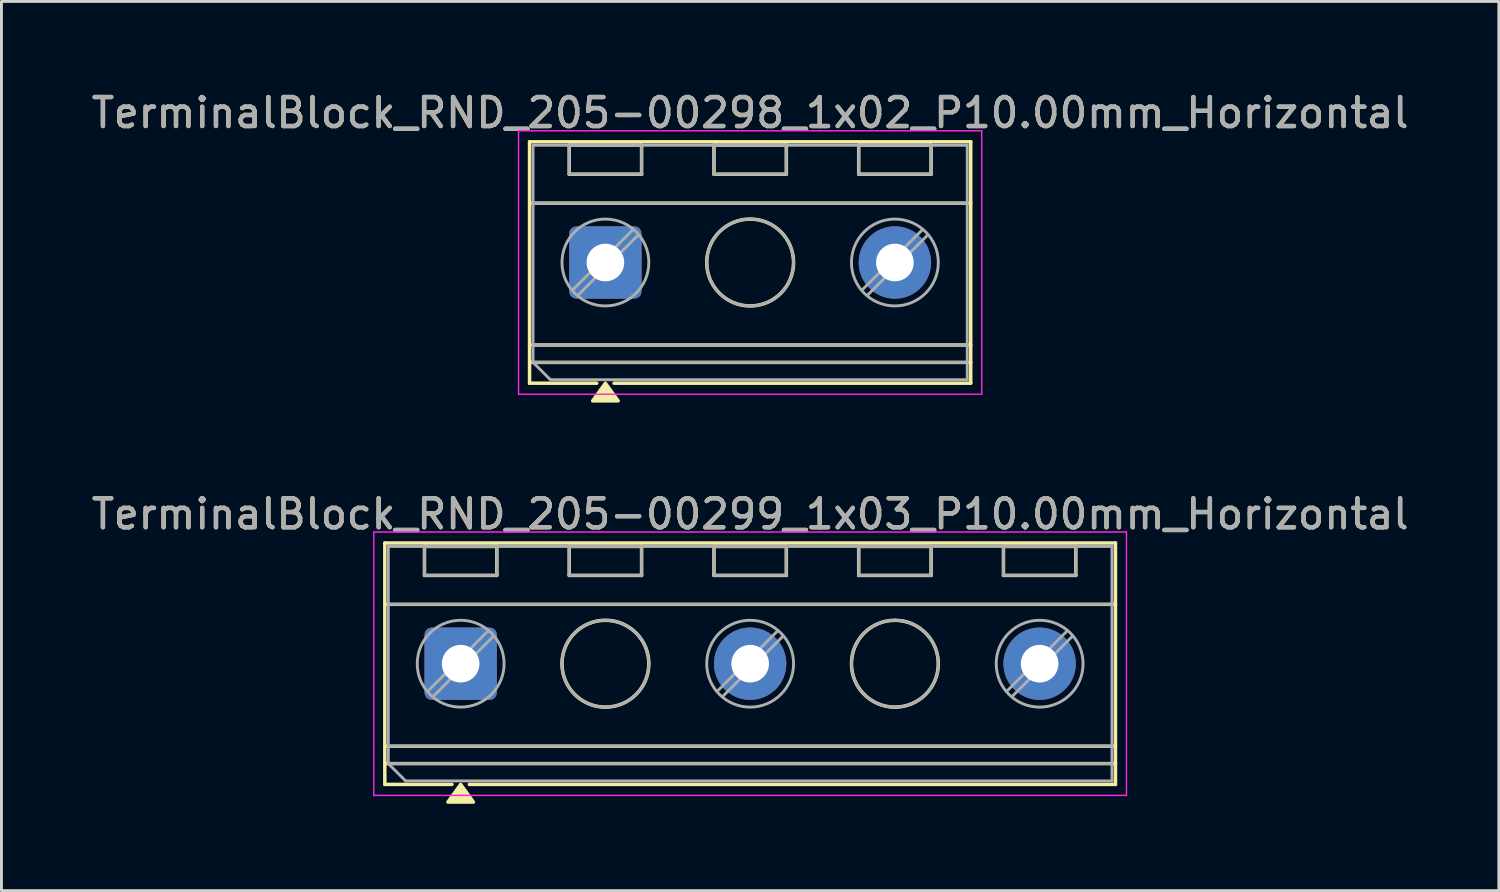
<source format=kicad_pcb>
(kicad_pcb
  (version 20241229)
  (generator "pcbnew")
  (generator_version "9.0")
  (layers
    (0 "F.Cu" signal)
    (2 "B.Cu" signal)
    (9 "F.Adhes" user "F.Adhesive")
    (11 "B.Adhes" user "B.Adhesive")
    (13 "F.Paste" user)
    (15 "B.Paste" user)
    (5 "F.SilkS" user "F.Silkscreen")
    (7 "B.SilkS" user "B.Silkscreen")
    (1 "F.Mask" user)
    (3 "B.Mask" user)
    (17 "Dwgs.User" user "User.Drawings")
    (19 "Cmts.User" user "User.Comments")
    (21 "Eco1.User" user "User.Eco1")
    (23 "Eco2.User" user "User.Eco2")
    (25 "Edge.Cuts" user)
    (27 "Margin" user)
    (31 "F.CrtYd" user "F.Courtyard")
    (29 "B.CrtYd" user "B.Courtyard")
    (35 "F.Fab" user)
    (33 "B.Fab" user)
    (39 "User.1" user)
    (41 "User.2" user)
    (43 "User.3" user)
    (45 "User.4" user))
  (footprint "TerminalBlock_RND_205-00299_1x03_P10.00mm_Horizontal"
    (layer "F.Cu")
    (at 12.863 19.877)
    (property "Reference" "TerminalBlock_RND_205-00299_1x03_P10.00mm_Horizontal" (at 10 -5.17 0) (layer "F.SilkS") (effects (font (size 1 1) (thickness 0.15))))
    (attr through_hole)
    (fp_line (start -2.62 -4.17) (end -2.62 4.17) (stroke (width 0.12) (type solid)) (layer "F.SilkS"))
    (fp_line (start -2.62 -4.17) (end 22.62 -4.17) (stroke (width 0.12) (type solid)) (layer "F.SilkS"))
    (fp_line (start -2.62 -2.05) (end 22.62 -2.05) (stroke (width 0.12) (type solid)) (layer "F.SilkS"))
    (fp_line (start -2.62 2.85) (end 22.62 2.85) (stroke (width 0.12) (type solid)) (layer "F.SilkS"))
    (fp_line (start -2.62 3.45) (end 22.62 3.45) (stroke (width 0.12) (type solid)) (layer "F.SilkS"))
    (fp_line (start -2.62 4.17) (end -0.3 4.17) (stroke (width 0.12) (type solid)) (layer "F.SilkS"))
    (fp_line (start -1.25 -4.05) (end -1.25 -3.05) (stroke (width 0.12) (type solid)) (layer "F.SilkS"))
    (fp_line (start -1.25 -4.05) (end 1.25 -4.05) (stroke (width 0.12) (type solid)) (layer "F.SilkS"))
    (fp_line (start -1.25 -3.05) (end 1.25 -3.05) (stroke (width 0.12) (type solid)) (layer "F.SilkS"))
    (fp_line (start 0.3 4.17) (end 22.62 4.17) (stroke (width 0.12) (type solid)) (layer "F.SilkS"))
    (fp_line (start 1.25 -4.05) (end 1.25 -3.05) (stroke (width 0.12) (type solid)) (layer "F.SilkS"))
    (fp_line (start 3.75 -4.05) (end 3.75 -3.05) (stroke (width 0.12) (type solid)) (layer "F.SilkS"))
    (fp_line (start 3.75 -4.05) (end 6.25 -4.05) (stroke (width 0.12) (type solid)) (layer "F.SilkS"))
    (fp_line (start 3.75 -3.05) (end 6.25 -3.05) (stroke (width 0.12) (type solid)) (layer "F.SilkS"))
    (fp_line (start 6.25 -4.05) (end 6.25 -3.05) (stroke (width 0.12) (type solid)) (layer "F.SilkS"))
    (fp_line (start 8.75 -4.05) (end 8.75 -3.05) (stroke (width 0.12) (type solid)) (layer "F.SilkS"))
    (fp_line (start 8.75 -4.05) (end 11.25 -4.05) (stroke (width 0.12) (type solid)) (layer "F.SilkS"))
    (fp_line (start 8.75 -3.05) (end 11.25 -3.05) (stroke (width 0.12) (type solid)) (layer "F.SilkS"))
    (fp_line (start 11.25 -4.05) (end 11.25 -3.05) (stroke (width 0.12) (type solid)) (layer "F.SilkS"))
    (fp_line (start 13.75 -4.05) (end 13.75 -3.05) (stroke (width 0.12) (type solid)) (layer "F.SilkS"))
    (fp_line (start 13.75 -4.05) (end 16.25 -4.05) (stroke (width 0.12) (type solid)) (layer "F.SilkS"))
    (fp_line (start 13.75 -3.05) (end 16.25 -3.05) (stroke (width 0.12) (type solid)) (layer "F.SilkS"))
    (fp_line (start 16.25 -4.05) (end 16.25 -3.05) (stroke (width 0.12) (type solid)) (layer "F.SilkS"))
    (fp_line (start 18.75 -4.05) (end 18.75 -3.05) (stroke (width 0.12) (type solid)) (layer "F.SilkS"))
    (fp_line (start 18.75 -4.05) (end 21.25 -4.05) (stroke (width 0.12) (type solid)) (layer "F.SilkS"))
    (fp_line (start 18.75 -3.05) (end 21.25 -3.05) (stroke (width 0.12) (type solid)) (layer "F.SilkS"))
    (fp_line (start 21.25 -4.05) (end 21.25 -3.05) (stroke (width 0.12) (type solid)) (layer "F.SilkS"))
    (fp_line (start 22.62 -4.17) (end 22.62 4.17) (stroke (width 0.12) (type solid)) (layer "F.SilkS"))
    (fp_circle (center 5 0) (end 6.5 0) (stroke (width 0.12) (type solid)) (fill no) (layer "F.SilkS"))
    (fp_circle (center 15 0) (end 16.5 0) (stroke (width 0.12) (type solid)) (fill no) (layer "F.SilkS"))
    (fp_poly (pts (xy 0 4.17) (xy 0.44 4.78) (xy -0.44 4.78)) (stroke (width 0.12) (type solid)) (fill yes) (layer "F.SilkS"))
    (fp_line (start -3 -4.55) (end -3 4.55) (stroke (width 0.05) (type solid)) (layer "F.CrtYd"))
    (fp_line (start -3 4.55) (end 23 4.55) (stroke (width 0.05) (type solid)) (layer "F.CrtYd"))
    (fp_line (start 23 -4.55) (end -3 -4.55) (stroke (width 0.05) (type solid)) (layer "F.CrtYd"))
    (fp_line (start 23 4.55) (end 23 -4.55) (stroke (width 0.05) (type solid)) (layer "F.CrtYd"))
    (fp_line (start -2.5 -4.05) (end 22.5 -4.05) (stroke (width 0.1) (type solid)) (layer "F.Fab"))
    (fp_line (start -2.5 -2.05) (end 22.5 -2.05) (stroke (width 0.1) (type solid)) (layer "F.Fab"))
    (fp_line (start -2.5 2.85) (end 22.5 2.85) (stroke (width 0.1) (type solid)) (layer "F.Fab"))
    (fp_line (start -2.5 3.45) (end -2.5 -4.05) (stroke (width 0.1) (type solid)) (layer "F.Fab"))
    (fp_line (start -2.5 3.45) (end 22.5 3.45) (stroke (width 0.1) (type solid)) (layer "F.Fab"))
    (fp_line (start -1.9 4.05) (end -2.5 3.45) (stroke (width 0.1) (type solid)) (layer "F.Fab"))
    (fp_line (start -1.25 -4.05) (end -1.25 -3.05) (stroke (width 0.1) (type solid)) (layer "F.Fab"))
    (fp_line (start -1.25 -3.05) (end 1.25 -3.05) (stroke (width 0.1) (type solid)) (layer "F.Fab"))
    (fp_line (start 0.955 -1.138) (end -1.138 0.954) (stroke (width 0.1) (type solid)) (layer "F.Fab"))
    (fp_line (start 1.138 -0.954) (end -0.955 1.137) (stroke (width 0.1) (type solid)) (layer "F.Fab"))
    (fp_line (start 1.25 -4.05) (end -1.25 -4.05) (stroke (width 0.1) (type solid)) (layer "F.Fab"))
    (fp_line (start 1.25 -3.05) (end 1.25 -4.05) (stroke (width 0.1) (type solid)) (layer "F.Fab"))
    (fp_line (start 3.75 -4.05) (end 3.75 -3.05) (stroke (width 0.1) (type solid)) (layer "F.Fab"))
    (fp_line (start 3.75 -3.05) (end 6.25 -3.05) (stroke (width 0.1) (type solid)) (layer "F.Fab"))
    (fp_line (start 6.25 -4.05) (end 3.75 -4.05) (stroke (width 0.1) (type solid)) (layer "F.Fab"))
    (fp_line (start 6.25 -3.05) (end 6.25 -4.05) (stroke (width 0.1) (type solid)) (layer "F.Fab"))
    (fp_line (start 8.75 -4.05) (end 8.75 -3.05) (stroke (width 0.1) (type solid)) (layer "F.Fab"))
    (fp_line (start 8.75 -3.05) (end 11.25 -3.05) (stroke (width 0.1) (type solid)) (layer "F.Fab"))
    (fp_line (start 10.955 -1.138) (end 8.862 0.954) (stroke (width 0.1) (type solid)) (layer "F.Fab"))
    (fp_line (start 11.138 -0.954) (end 9.045 1.137) (stroke (width 0.1) (type solid)) (layer "F.Fab"))
    (fp_line (start 11.25 -4.05) (end 8.75 -4.05) (stroke (width 0.1) (type solid)) (layer "F.Fab"))
    (fp_line (start 11.25 -3.05) (end 11.25 -4.05) (stroke (width 0.1) (type solid)) (layer "F.Fab"))
    (fp_line (start 13.75 -4.05) (end 13.75 -3.05) (stroke (width 0.1) (type solid)) (layer "F.Fab"))
    (fp_line (start 13.75 -3.05) (end 16.25 -3.05) (stroke (width 0.1) (type solid)) (layer "F.Fab"))
    (fp_line (start 16.25 -4.05) (end 13.75 -4.05) (stroke (width 0.1) (type solid)) (layer "F.Fab"))
    (fp_line (start 16.25 -3.05) (end 16.25 -4.05) (stroke (width 0.1) (type solid)) (layer "F.Fab"))
    (fp_line (start 18.75 -4.05) (end 18.75 -3.05) (stroke (width 0.1) (type solid)) (layer "F.Fab"))
    (fp_line (start 18.75 -3.05) (end 21.25 -3.05) (stroke (width 0.1) (type solid)) (layer "F.Fab"))
    (fp_line (start 20.955 -1.138) (end 18.862 0.954) (stroke (width 0.1) (type solid)) (layer "F.Fab"))
    (fp_line (start 21.138 -0.954) (end 19.045 1.137) (stroke (width 0.1) (type solid)) (layer "F.Fab"))
    (fp_line (start 21.25 -4.05) (end 18.75 -4.05) (stroke (width 0.1) (type solid)) (layer "F.Fab"))
    (fp_line (start 21.25 -3.05) (end 21.25 -4.05) (stroke (width 0.1) (type solid)) (layer "F.Fab"))
    (fp_line (start 22.5 -4.05) (end 22.5 4.05) (stroke (width 0.1) (type solid)) (layer "F.Fab"))
    (fp_line (start 22.5 4.05) (end -1.9 4.05) (stroke (width 0.1) (type solid)) (layer "F.Fab"))
    (fp_circle (center 0 0) (end 1.5 0) (stroke (width 0.1) (type solid)) (fill no) (layer "F.Fab"))
    (fp_circle (center 5 0) (end 6.5 0) (stroke (width 0.1) (type solid)) (fill no) (layer "F.Fab"))
    (fp_circle (center 10 0) (end 11.5 0) (stroke (width 0.1) (type solid)) (fill no) (layer "F.Fab"))
    (fp_circle (center 15 0) (end 16.5 0) (stroke (width 0.1) (type solid)) (fill no) (layer "F.Fab"))
    (fp_circle (center 20 0) (end 21.5 0) (stroke (width 0.1) (type solid)) (fill no) (layer "F.Fab"))
    (fp_text user "${REFERENCE}" (at 10 -5.17 0) (layer "F.Fab") (effects (font (size 1 1) (thickness 0.15))))
    (pad "1" thru_hole roundrect (at 0 0) (size 2.5 2.5) (drill 1.3) (layers "*.Cu" "*.Mask") (roundrect_rratio 0.1))
    (pad "2" thru_hole circle (at 10 0) (size 2.5 2.5) (drill 1.3) (layers "*.Cu" "*.Mask"))
    (pad "3" thru_hole circle (at 20 0) (size 2.5 2.5) (drill 1.3) (layers "*.Cu" "*.Mask")))
  (footprint "TerminalBlock_RND_205-00298_1x02_P10.00mm_Horizontal"
    (layer "F.Cu")
    (at 17.863 6.018)
    (property "Reference" "TerminalBlock_RND_205-00298_1x02_P10.00mm_Horizontal" (at 5 -5.17 0) (layer "F.SilkS") (effects (font (size 1 1) (thickness 0.15))))
    (attr through_hole)
    (fp_line (start -2.62 -4.17) (end -2.62 4.17) (stroke (width 0.12) (type solid)) (layer "F.SilkS"))
    (fp_line (start -2.62 -4.17) (end 12.62 -4.17) (stroke (width 0.12) (type solid)) (layer "F.SilkS"))
    (fp_line (start -2.62 -2.05) (end 12.62 -2.05) (stroke (width 0.12) (type solid)) (layer "F.SilkS"))
    (fp_line (start -2.62 2.85) (end 12.62 2.85) (stroke (width 0.12) (type solid)) (layer "F.SilkS"))
    (fp_line (start -2.62 3.45) (end 12.62 3.45) (stroke (width 0.12) (type solid)) (layer "F.SilkS"))
    (fp_line (start -2.62 4.17) (end -0.3 4.17) (stroke (width 0.12) (type solid)) (layer "F.SilkS"))
    (fp_line (start -1.25 -4.05) (end -1.25 -3.05) (stroke (width 0.12) (type solid)) (layer "F.SilkS"))
    (fp_line (start -1.25 -4.05) (end 1.25 -4.05) (stroke (width 0.12) (type solid)) (layer "F.SilkS"))
    (fp_line (start -1.25 -3.05) (end 1.25 -3.05) (stroke (width 0.12) (type solid)) (layer "F.SilkS"))
    (fp_line (start 0.3 4.17) (end 12.62 4.17) (stroke (width 0.12) (type solid)) (layer "F.SilkS"))
    (fp_line (start 1.25 -4.05) (end 1.25 -3.05) (stroke (width 0.12) (type solid)) (layer "F.SilkS"))
    (fp_line (start 3.75 -4.05) (end 3.75 -3.05) (stroke (width 0.12) (type solid)) (layer "F.SilkS"))
    (fp_line (start 3.75 -4.05) (end 6.25 -4.05) (stroke (width 0.12) (type solid)) (layer "F.SilkS"))
    (fp_line (start 3.75 -3.05) (end 6.25 -3.05) (stroke (width 0.12) (type solid)) (layer "F.SilkS"))
    (fp_line (start 6.25 -4.05) (end 6.25 -3.05) (stroke (width 0.12) (type solid)) (layer "F.SilkS"))
    (fp_line (start 8.75 -4.05) (end 8.75 -3.05) (stroke (width 0.12) (type solid)) (layer "F.SilkS"))
    (fp_line (start 8.75 -4.05) (end 11.25 -4.05) (stroke (width 0.12) (type solid)) (layer "F.SilkS"))
    (fp_line (start 8.75 -3.05) (end 11.25 -3.05) (stroke (width 0.12) (type solid)) (layer "F.SilkS"))
    (fp_line (start 11.25 -4.05) (end 11.25 -3.05) (stroke (width 0.12) (type solid)) (layer "F.SilkS"))
    (fp_line (start 12.62 -4.17) (end 12.62 4.17) (stroke (width 0.12) (type solid)) (layer "F.SilkS"))
    (fp_circle (center 5 0) (end 6.5 0) (stroke (width 0.12) (type solid)) (fill no) (layer "F.SilkS"))
    (fp_poly (pts (xy 0 4.17) (xy 0.44 4.78) (xy -0.44 4.78)) (stroke (width 0.12) (type solid)) (fill yes) (layer "F.SilkS"))
    (fp_line (start -3 -4.55) (end -3 4.55) (stroke (width 0.05) (type solid)) (layer "F.CrtYd"))
    (fp_line (start -3 4.55) (end 13 4.55) (stroke (width 0.05) (type solid)) (layer "F.CrtYd"))
    (fp_line (start 13 -4.55) (end -3 -4.55) (stroke (width 0.05) (type solid)) (layer "F.CrtYd"))
    (fp_line (start 13 4.55) (end 13 -4.55) (stroke (width 0.05) (type solid)) (layer "F.CrtYd"))
    (fp_line (start -2.5 -4.05) (end 12.5 -4.05) (stroke (width 0.1) (type solid)) (layer "F.Fab"))
    (fp_line (start -2.5 -2.05) (end 12.5 -2.05) (stroke (width 0.1) (type solid)) (layer "F.Fab"))
    (fp_line (start -2.5 2.85) (end 12.5 2.85) (stroke (width 0.1) (type solid)) (layer "F.Fab"))
    (fp_line (start -2.5 3.45) (end -2.5 -4.05) (stroke (width 0.1) (type solid)) (layer "F.Fab"))
    (fp_line (start -2.5 3.45) (end 12.5 3.45) (stroke (width 0.1) (type solid)) (layer "F.Fab"))
    (fp_line (start -1.9 4.05) (end -2.5 3.45) (stroke (width 0.1) (type solid)) (layer "F.Fab"))
    (fp_line (start -1.25 -4.05) (end -1.25 -3.05) (stroke (width 0.1) (type solid)) (layer "F.Fab"))
    (fp_line (start -1.25 -3.05) (end 1.25 -3.05) (stroke (width 0.1) (type solid)) (layer "F.Fab"))
    (fp_line (start 0.955 -1.138) (end -1.138 0.954) (stroke (width 0.1) (type solid)) (layer "F.Fab"))
    (fp_line (start 1.138 -0.954) (end -0.955 1.137) (stroke (width 0.1) (type solid)) (layer "F.Fab"))
    (fp_line (start 1.25 -4.05) (end -1.25 -4.05) (stroke (width 0.1) (type solid)) (layer "F.Fab"))
    (fp_line (start 1.25 -3.05) (end 1.25 -4.05) (stroke (width 0.1) (type solid)) (layer "F.Fab"))
    (fp_line (start 3.75 -4.05) (end 3.75 -3.05) (stroke (width 0.1) (type solid)) (layer "F.Fab"))
    (fp_line (start 3.75 -3.05) (end 6.25 -3.05) (stroke (width 0.1) (type solid)) (layer "F.Fab"))
    (fp_line (start 6.25 -4.05) (end 3.75 -4.05) (stroke (width 0.1) (type solid)) (layer "F.Fab"))
    (fp_line (start 6.25 -3.05) (end 6.25 -4.05) (stroke (width 0.1) (type solid)) (layer "F.Fab"))
    (fp_line (start 8.75 -4.05) (end 8.75 -3.05) (stroke (width 0.1) (type solid)) (layer "F.Fab"))
    (fp_line (start 8.75 -3.05) (end 11.25 -3.05) (stroke (width 0.1) (type solid)) (layer "F.Fab"))
    (fp_line (start 10.955 -1.138) (end 8.862 0.954) (stroke (width 0.1) (type solid)) (layer "F.Fab"))
    (fp_line (start 11.138 -0.954) (end 9.045 1.137) (stroke (width 0.1) (type solid)) (layer "F.Fab"))
    (fp_line (start 11.25 -4.05) (end 8.75 -4.05) (stroke (width 0.1) (type solid)) (layer "F.Fab"))
    (fp_line (start 11.25 -3.05) (end 11.25 -4.05) (stroke (width 0.1) (type solid)) (layer "F.Fab"))
    (fp_line (start 12.5 -4.05) (end 12.5 4.05) (stroke (width 0.1) (type solid)) (layer "F.Fab"))
    (fp_line (start 12.5 4.05) (end -1.9 4.05) (stroke (width 0.1) (type solid)) (layer "F.Fab"))
    (fp_circle (center 0 0) (end 1.5 0) (stroke (width 0.1) (type solid)) (fill no) (layer "F.Fab"))
    (fp_circle (center 5 0) (end 6.5 0) (stroke (width 0.1) (type solid)) (fill no) (layer "F.Fab"))
    (fp_circle (center 10 0) (end 11.5 0) (stroke (width 0.1) (type solid)) (fill no) (layer "F.Fab"))
    (fp_text user "${REFERENCE}" (at 5 -5.17 0) (layer "F.Fab") (effects (font (size 1 1) (thickness 0.15))))
    (pad "1" thru_hole roundrect (at 0 0) (size 2.5 2.5) (drill 1.3) (layers "*.Cu" "*.Mask") (roundrect_rratio 0.1))
    (pad "2" thru_hole circle (at 10 0) (size 2.5 2.5) (drill 1.3) (layers "*.Cu" "*.Mask")))
  (gr_rect
    (start -3 -3)
    (end 48.726 27.716)
    (stroke (width 0.1) (type default))
    (fill no)
    (layer "Edge.Cuts")))
</source>
